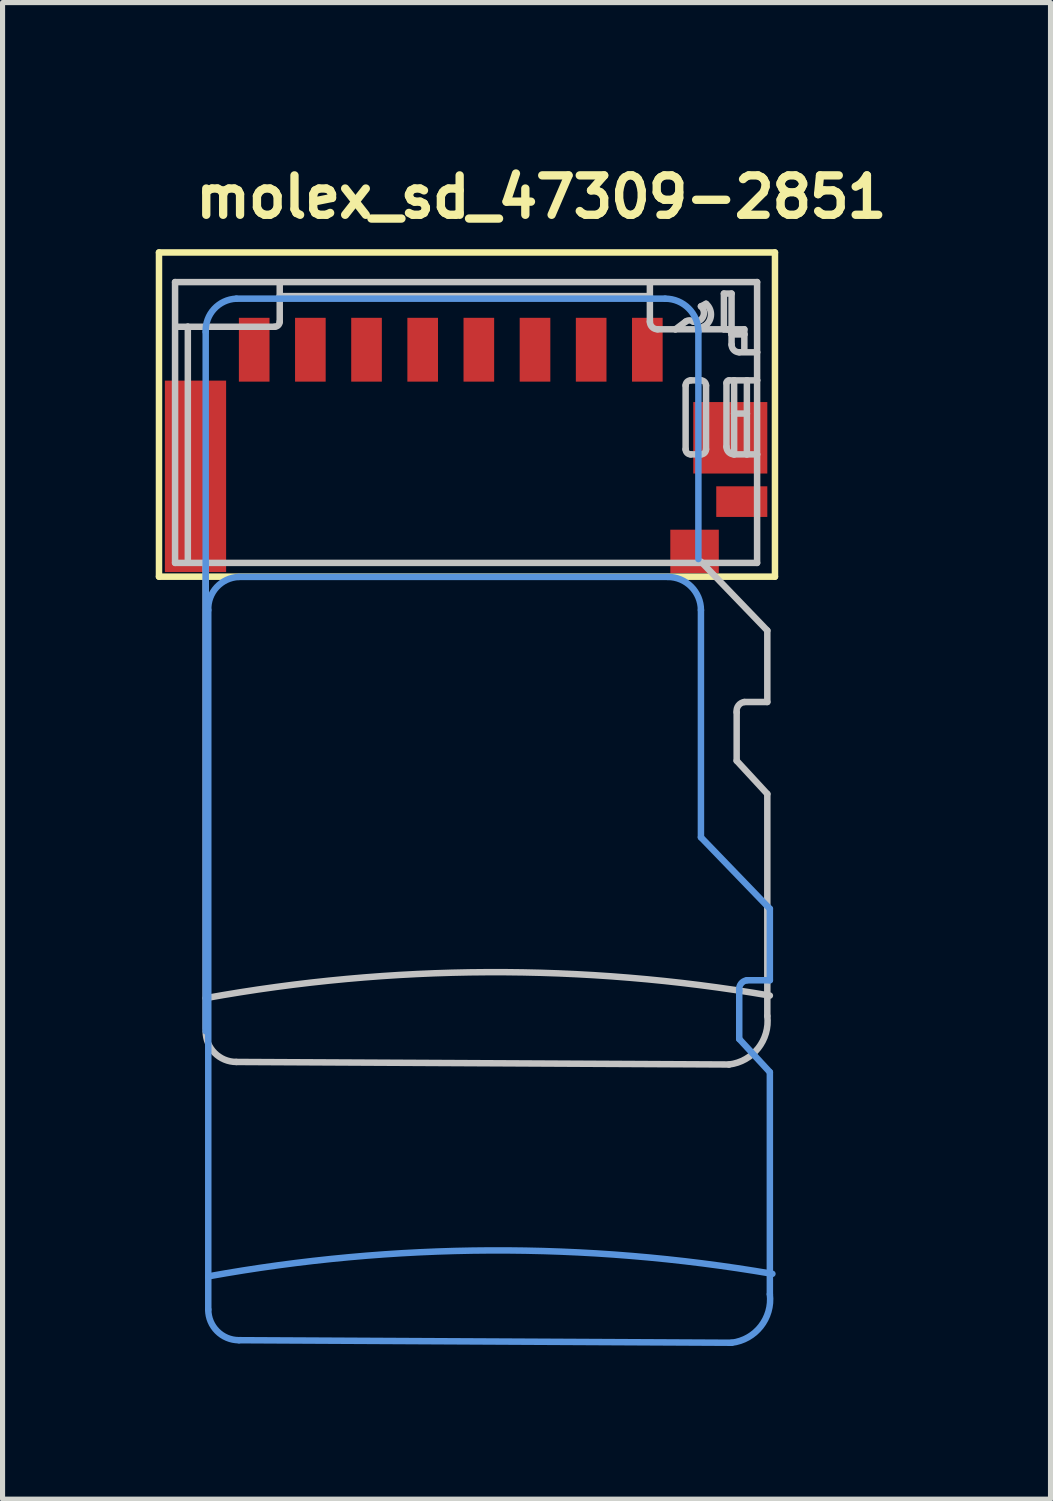
<source format=kicad_pcb>
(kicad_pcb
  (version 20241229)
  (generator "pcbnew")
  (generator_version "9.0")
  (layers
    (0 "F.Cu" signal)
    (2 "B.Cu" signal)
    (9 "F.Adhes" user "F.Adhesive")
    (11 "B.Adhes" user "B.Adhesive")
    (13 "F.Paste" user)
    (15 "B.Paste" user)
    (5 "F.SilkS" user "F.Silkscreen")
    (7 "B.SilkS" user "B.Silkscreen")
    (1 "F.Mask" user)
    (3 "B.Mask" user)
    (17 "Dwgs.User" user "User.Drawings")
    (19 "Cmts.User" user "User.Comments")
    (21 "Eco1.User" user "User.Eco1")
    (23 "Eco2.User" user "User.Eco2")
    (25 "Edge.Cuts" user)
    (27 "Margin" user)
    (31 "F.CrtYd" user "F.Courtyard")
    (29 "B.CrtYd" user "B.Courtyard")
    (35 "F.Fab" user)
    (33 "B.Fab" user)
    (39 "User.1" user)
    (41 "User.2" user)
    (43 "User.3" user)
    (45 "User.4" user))
  (footprint "molex_sd_47309-2851"
    (layer "F.Cu")
    (at 5.779 3.8)
    (property "Reference" "molex_sd_47309-2851" (at -5.08 -2.54 0) (layer "F.SilkS") (effects (font (size 0.772 0.772) (thickness 0.163)) (justify left bottom)))
    (attr through_hole)
    (fp_line (start -5.715 -1.905) (end 6.35 -1.905) (stroke (width 0.127) (type solid)) (layer "F.SilkS"))
    (fp_line (start -5.715 4.445) (end -5.715 -1.905) (stroke (width 0.127) (type solid)) (layer "F.SilkS"))
    (fp_line (start 6.35 -1.905) (end 6.35 4.445) (stroke (width 0.127) (type solid)) (layer "F.SilkS"))
    (fp_line (start 6.35 4.445) (end -5.715 4.445) (stroke (width 0.127) (type solid)) (layer "F.SilkS"))
    (fp_line (start -5.4 -1.325) (end 6 -1.325) (stroke (width 0.127) (type solid)) (layer "Dwgs.User"))
    (fp_line (start -5.4 4.175) (end -5.4 -1.325) (stroke (width 0.127) (type solid)) (layer "Dwgs.User"))
    (fp_line (start -5.15 -0.45) (end -5.35 -0.45) (stroke (width 0.127) (type solid)) (layer "Dwgs.User"))
    (fp_line (start -5.15 -0.45) (end -5.15 4.15) (stroke (width 0.127) (type solid)) (layer "Dwgs.User"))
    (fp_line (start -4.8 13.3) (end -4.8 4.15) (stroke (width 0.127) (type solid)) (layer "Dwgs.User"))
    (fp_line (start -4.2 13.95) (end 5.45 14) (stroke (width 0.127) (type solid)) (layer "Dwgs.User"))
    (fp_line (start -3.45 -0.45) (end -5.15 -0.45) (stroke (width 0.127) (type solid)) (layer "Dwgs.User"))
    (fp_line (start -3.35 -1.3) (end -3.35 -1.05) (stroke (width 0.127) (type solid)) (layer "Dwgs.User"))
    (fp_line (start -3.35 -1.05) (end -3.35 -0.55) (stroke (width 0.127) (type solid)) (layer "Dwgs.User"))
    (fp_line (start 3.9 -1.3) (end 3.9 -1.05) (stroke (width 0.127) (type solid)) (layer "Dwgs.User"))
    (fp_line (start 3.9 -1.05) (end -3.35 -1.05) (stroke (width 0.127) (type solid)) (layer "Dwgs.User"))
    (fp_line (start 3.9 -1.05) (end 3.9 -0.55) (stroke (width 0.127) (type solid)) (layer "Dwgs.User"))
    (fp_line (start 4.05 -0.4) (end 4.4 -0.4) (stroke (width 0.127) (type solid)) (layer "Dwgs.User"))
    (fp_line (start 4.4 -0.4) (end 4.6 -0.55) (stroke (width 0.127) (type solid)) (layer "Dwgs.User"))
    (fp_line (start 4.4 -0.4) (end 4.85 -0.4) (stroke (width 0.127) (type solid)) (layer "Dwgs.User"))
    (fp_line (start 4.6 0.7) (end 4.6 1.95) (stroke (width 0.127) (type solid)) (layer "Dwgs.User"))
    (fp_line (start 4.7 2.05) (end 4.9 2.05) (stroke (width 0.127) (type solid)) (layer "Dwgs.User"))
    (fp_line (start 4.85 -0.4) (end 4.95 -0.45) (stroke (width 0.127) (type solid)) (layer "Dwgs.User"))
    (fp_line (start 4.85 -0.4) (end 5.35 -0.4) (stroke (width 0.127) (type solid)) (layer "Dwgs.User"))
    (fp_line (start 4.9 -0.85) (end 5 -0.9) (stroke (width 0.127) (type solid)) (layer "Dwgs.User"))
    (fp_line (start 4.9 0.6) (end 4.7 0.6) (stroke (width 0.127) (type solid)) (layer "Dwgs.User"))
    (fp_line (start 5 1.95) (end 5 0.7) (stroke (width 0.127) (type solid)) (layer "Dwgs.User"))
    (fp_line (start 5.35 -1.1) (end 5.5 -1.1) (stroke (width 0.127) (type solid)) (layer "Dwgs.User"))
    (fp_line (start 5.35 -0.4) (end 5.35 -1.1) (stroke (width 0.127) (type solid)) (layer "Dwgs.User"))
    (fp_line (start 5.35 -0.4) (end 5.4 -0.4) (stroke (width 0.127) (type solid)) (layer "Dwgs.User"))
    (fp_line (start 5.4 -0.4) (end 5.75 -0.4) (stroke (width 0.127) (type solid)) (layer "Dwgs.User"))
    (fp_line (start 5.4 0.65) (end 5.4 1.9) (stroke (width 0.127) (type solid)) (layer "Dwgs.User"))
    (fp_line (start 5.5 -1.1) (end 5.5 -0.45) (stroke (width 0.127) (type solid)) (layer "Dwgs.User"))
    (fp_line (start 5.5 -0.3) (end 5.5 -0.1) (stroke (width 0.127) (type solid)) (layer "Dwgs.User"))
    (fp_line (start 5.55 0.6) (end 5.45 0.6) (stroke (width 0.127) (type solid)) (layer "Dwgs.User"))
    (fp_line (start 5.55 0.6) (end 5.55 1.25) (stroke (width 0.127) (type solid)) (layer "Dwgs.User"))
    (fp_line (start 5.55 1.25) (end 5.55 2.05) (stroke (width 0.127) (type solid)) (layer "Dwgs.User"))
    (fp_line (start 5.55 2.05) (end 5.8 2.05) (stroke (width 0.127) (type solid)) (layer "Dwgs.User"))
    (fp_line (start 5.6 8.05) (end 5.6 7.1) (stroke (width 0.127) (type solid)) (layer "Dwgs.User"))
    (fp_line (start 5.65 0.05) (end 6 0.05) (stroke (width 0.127) (type solid)) (layer "Dwgs.User"))
    (fp_line (start 5.75 -0.4) (end 5.75 -0.3) (stroke (width 0.127) (type solid)) (layer "Dwgs.User"))
    (fp_line (start 5.75 -0.3) (end 5.5 -0.3) (stroke (width 0.127) (type solid)) (layer "Dwgs.User"))
    (fp_line (start 5.75 -0.3) (end 5.75 0) (stroke (width 0.127) (type solid)) (layer "Dwgs.User"))
    (fp_line (start 5.8 0.6) (end 5.55 0.6) (stroke (width 0.127) (type solid)) (layer "Dwgs.User"))
    (fp_line (start 5.8 0.6) (end 5.8 1.25) (stroke (width 0.127) (type solid)) (layer "Dwgs.User"))
    (fp_line (start 5.8 1.25) (end 5.55 1.25) (stroke (width 0.127) (type solid)) (layer "Dwgs.User"))
    (fp_line (start 5.8 1.25) (end 5.8 2.05) (stroke (width 0.127) (type solid)) (layer "Dwgs.User"))
    (fp_line (start 5.8 2.05) (end 6 2.05) (stroke (width 0.127) (type solid)) (layer "Dwgs.User"))
    (fp_line (start 6 -1.325) (end 6 0.05) (stroke (width 0.127) (type solid)) (layer "Dwgs.User"))
    (fp_line (start 6 0.05) (end 6 0.6) (stroke (width 0.127) (type solid)) (layer "Dwgs.User"))
    (fp_line (start 6 0.6) (end 5.8 0.6) (stroke (width 0.127) (type solid)) (layer "Dwgs.User"))
    (fp_line (start 6 0.6) (end 6 2.05) (stroke (width 0.127) (type solid)) (layer "Dwgs.User"))
    (fp_line (start 6 2.05) (end 6 4.175) (stroke (width 0.127) (type solid)) (layer "Dwgs.User"))
    (fp_line (start 6 4.175) (end -5.4 4.175) (stroke (width 0.127) (type solid)) (layer "Dwgs.User"))
    (fp_line (start 6.2 5.5) (end 4.9 4.15) (stroke (width 0.127) (type solid)) (layer "Dwgs.User"))
    (fp_line (start 6.2 6.9) (end 5.75 6.9) (stroke (width 0.127) (type solid)) (layer "Dwgs.User"))
    (fp_line (start 6.2 6.9) (end 6.2 5.5) (stroke (width 0.127) (type solid)) (layer "Dwgs.User"))
    (fp_line (start 6.2 8.7) (end 5.6 8.05) (stroke (width 0.127) (type solid)) (layer "Dwgs.User"))
    (fp_line (start 6.2 13.05) (end 6.2 8.7) (stroke (width 0.127) (type solid)) (layer "Dwgs.User"))
    (fp_arc (start -4.8 12.7) (mid 0.722813 12.191625) (end 6.25 12.65) (stroke (width 0.127) (type solid)) (layer "Dwgs.User"))
    (fp_arc (start -4.2 13.95) (mid -4.624264 13.774264) (end -4.8 13.35) (stroke (width 0.127) (type solid)) (layer "Dwgs.User"))
    (fp_arc (start -3.35 -0.55) (mid -3.379289 -0.479289) (end -3.45 -0.45) (stroke (width 0.127) (type solid)) (layer "Dwgs.User"))
    (fp_arc (start 4.05 -0.4) (mid 3.943934 -0.443934) (end 3.9 -0.55) (stroke (width 0.127) (type solid)) (layer "Dwgs.User"))
    (fp_arc (start 4.6 -0.55) (mid 4.675001 -0.575) (end 4.750001 -0.549999) (stroke (width 0.127) (type solid)) (layer "Dwgs.User"))
    (fp_arc (start 4.6 0.7) (mid 4.629289 0.629289) (end 4.7 0.6) (stroke (width 0.127) (type solid)) (layer "Dwgs.User"))
    (fp_arc (start 4.7 2.05) (mid 4.629289 2.020711) (end 4.6 1.95) (stroke (width 0.127) (type solid)) (layer "Dwgs.User"))
    (fp_arc (start 4.899999 -0.85) (mid 4.940099 -0.642451) (end 4.75 -0.55) (stroke (width 0.127) (type solid)) (layer "Dwgs.User"))
    (fp_arc (start 4.9 0.6) (mid 4.970711 0.629289) (end 5 0.7) (stroke (width 0.127) (type solid)) (layer "Dwgs.User"))
    (fp_arc (start 4.999998 -0.9) (mid 5.095415 -0.661621) (end 4.95 -0.45) (stroke (width 0.127) (type solid)) (layer "Dwgs.User"))
    (fp_arc (start 5 1.95) (mid 4.970711 2.020711) (end 4.9 2.05) (stroke (width 0.127) (type solid)) (layer "Dwgs.User"))
    (fp_arc (start 5.4 -0.4) (mid 5.470711 -0.370711) (end 5.5 -0.3) (stroke (width 0.127) (type solid)) (layer "Dwgs.User"))
    (fp_arc (start 5.4 0.65) (mid 5.414645 0.614645) (end 5.45 0.6) (stroke (width 0.127) (type solid)) (layer "Dwgs.User"))
    (fp_arc (start 5.55 2.05) (mid 5.443934 2.006066) (end 5.4 1.9) (stroke (width 0.127) (type solid)) (layer "Dwgs.User"))
    (fp_arc (start 5.6 7.1) (mid 5.633579 6.968934) (end 5.75 6.9) (stroke (width 0.127) (type solid)) (layer "Dwgs.User"))
    (fp_arc (start 5.65 0.05) (mid 5.543934 0.006066) (end 5.5 -0.1) (stroke (width 0.127) (type solid)) (layer "Dwgs.User"))
    (fp_arc (start 6.2 13.05) (mid 6.021751 13.68033) (end 5.45 14) (stroke (width 0.127) (type solid)) (layer "Dwgs.User"))
    (fp_line (start -4.8 -0.35) (end -4.8 13.35) (stroke (width 0.127) (type solid)) (layer "Cmts.User"))
    (fp_line (start -4.75 5.1) (end -4.75 18.15) (stroke (width 0.127) (type solid)) (layer "Cmts.User"))
    (fp_line (start -4.75 18.15) (end -4.75 18.8) (stroke (width 0.127) (type solid)) (layer "Cmts.User"))
    (fp_line (start -4.15 19.4) (end 5.5 19.45) (stroke (width 0.127) (type solid)) (layer "Cmts.User"))
    (fp_line (start 4.2 -1) (end -4.2 -1) (stroke (width 0.127) (type solid)) (layer "Cmts.User"))
    (fp_line (start 4.25 4.45) (end -4.15 4.45) (stroke (width 0.127) (type solid)) (layer "Cmts.User"))
    (fp_line (start 4.85 4.1) (end 4.85 -0.35) (stroke (width 0.127) (type solid)) (layer "Cmts.User"))
    (fp_line (start 4.9 9.55) (end 4.9 5.1) (stroke (width 0.127) (type solid)) (layer "Cmts.User"))
    (fp_line (start 5.65 13.5) (end 5.65 12.55) (stroke (width 0.127) (type solid)) (layer "Cmts.User"))
    (fp_line (start 6.25 10.95) (end 4.9 9.55) (stroke (width 0.127) (type solid)) (layer "Cmts.User"))
    (fp_line (start 6.25 12.35) (end 5.8 12.35) (stroke (width 0.127) (type solid)) (layer "Cmts.User"))
    (fp_line (start 6.25 12.35) (end 6.25 10.95) (stroke (width 0.127) (type solid)) (layer "Cmts.User"))
    (fp_line (start 6.25 14.15) (end 5.65 13.5) (stroke (width 0.127) (type solid)) (layer "Cmts.User"))
    (fp_line (start 6.25 18.5) (end 6.25 14.15) (stroke (width 0.127) (type solid)) (layer "Cmts.User"))
    (fp_arc (start -4.800001 -0.349999) (mid -4.63462 -0.799264) (end -4.2 -1) (stroke (width 0.127) (type solid)) (layer "Cmts.User"))
    (fp_arc (start -4.75 5.1) (mid -4.584619 4.650736) (end -4.15 4.45) (stroke (width 0.127) (type solid)) (layer "Cmts.User"))
    (fp_arc (start -4.75 18.15) (mid 0.772813 17.641625) (end 6.3 18.1) (stroke (width 0.127) (type solid)) (layer "Cmts.User"))
    (fp_arc (start -4.15 19.4) (mid -4.574264 19.224264) (end -4.75 18.8) (stroke (width 0.127) (type solid)) (layer "Cmts.User"))
    (fp_arc (start 4.199999 -0.999999) (mid 4.659619 -0.809619) (end 4.85 -0.35) (stroke (width 0.127) (type solid)) (layer "Cmts.User"))
    (fp_arc (start 4.25 4.45) (mid 4.709619 4.640381) (end 4.9 5.1) (stroke (width 0.127) (type solid)) (layer "Cmts.User"))
    (fp_arc (start 5.65 12.55) (mid 5.683579 12.418934) (end 5.8 12.35) (stroke (width 0.127) (type solid)) (layer "Cmts.User"))
    (fp_arc (start 6.25 18.5) (mid 6.071751 19.13033) (end 5.5 19.45) (stroke (width 0.127) (type solid)) (layer "Cmts.User"))
    (pad "G1" smd rect (at -5 2.48 90) (size 3.75 1.2) (layers "F.Cu" "F.Mask" "F.Paste"))
    (pad "G2" smd rect (at 5.475 1.725 180) (size 1.45 1.4) (layers "F.Cu" "F.Mask" "F.Paste"))
    (pad "G3" smd rect (at 5.7 2.975 180) (size 1 0.6) (layers "F.Cu" "F.Mask" "F.Paste"))
    (pad "G4" smd rect (at 4.775 3.95) (size 0.95 0.85) (layers "F.Cu" "F.Mask" "F.Paste"))
    (pad "P1" smd rect (at 3.85 0 90) (size 1.25 0.6) (layers "F.Cu" "F.Mask" "F.Paste"))
    (pad "P2" smd rect (at 2.75 0 90) (size 1.25 0.6) (layers "F.Cu" "F.Mask" "F.Paste"))
    (pad "P3" smd rect (at 1.65 0 90) (size 1.25 0.6) (layers "F.Cu" "F.Mask" "F.Paste"))
    (pad "P4" smd rect (at 0.55 0 90) (size 1.25 0.6) (layers "F.Cu" "F.Mask" "F.Paste"))
    (pad "P5" smd rect (at -0.55 0 90) (size 1.25 0.6) (layers "F.Cu" "F.Mask" "F.Paste"))
    (pad "P6" smd rect (at -1.65 0 90) (size 1.25 0.6) (layers "F.Cu" "F.Mask" "F.Paste"))
    (pad "P7" smd rect (at -2.75 0 90) (size 1.25 0.6) (layers "F.Cu" "F.Mask" "F.Paste"))
    (pad "P8" smd rect (at -3.85 0 90) (size 1.25 0.6) (layers "F.Cu" "F.Mask" "F.Paste")))
  (gr_rect
    (start -3 -3)
    (end 17.526 26.313)
    (stroke (width 0.1) (type default))
    (fill no)
    (layer "Edge.Cuts")))
</source>
